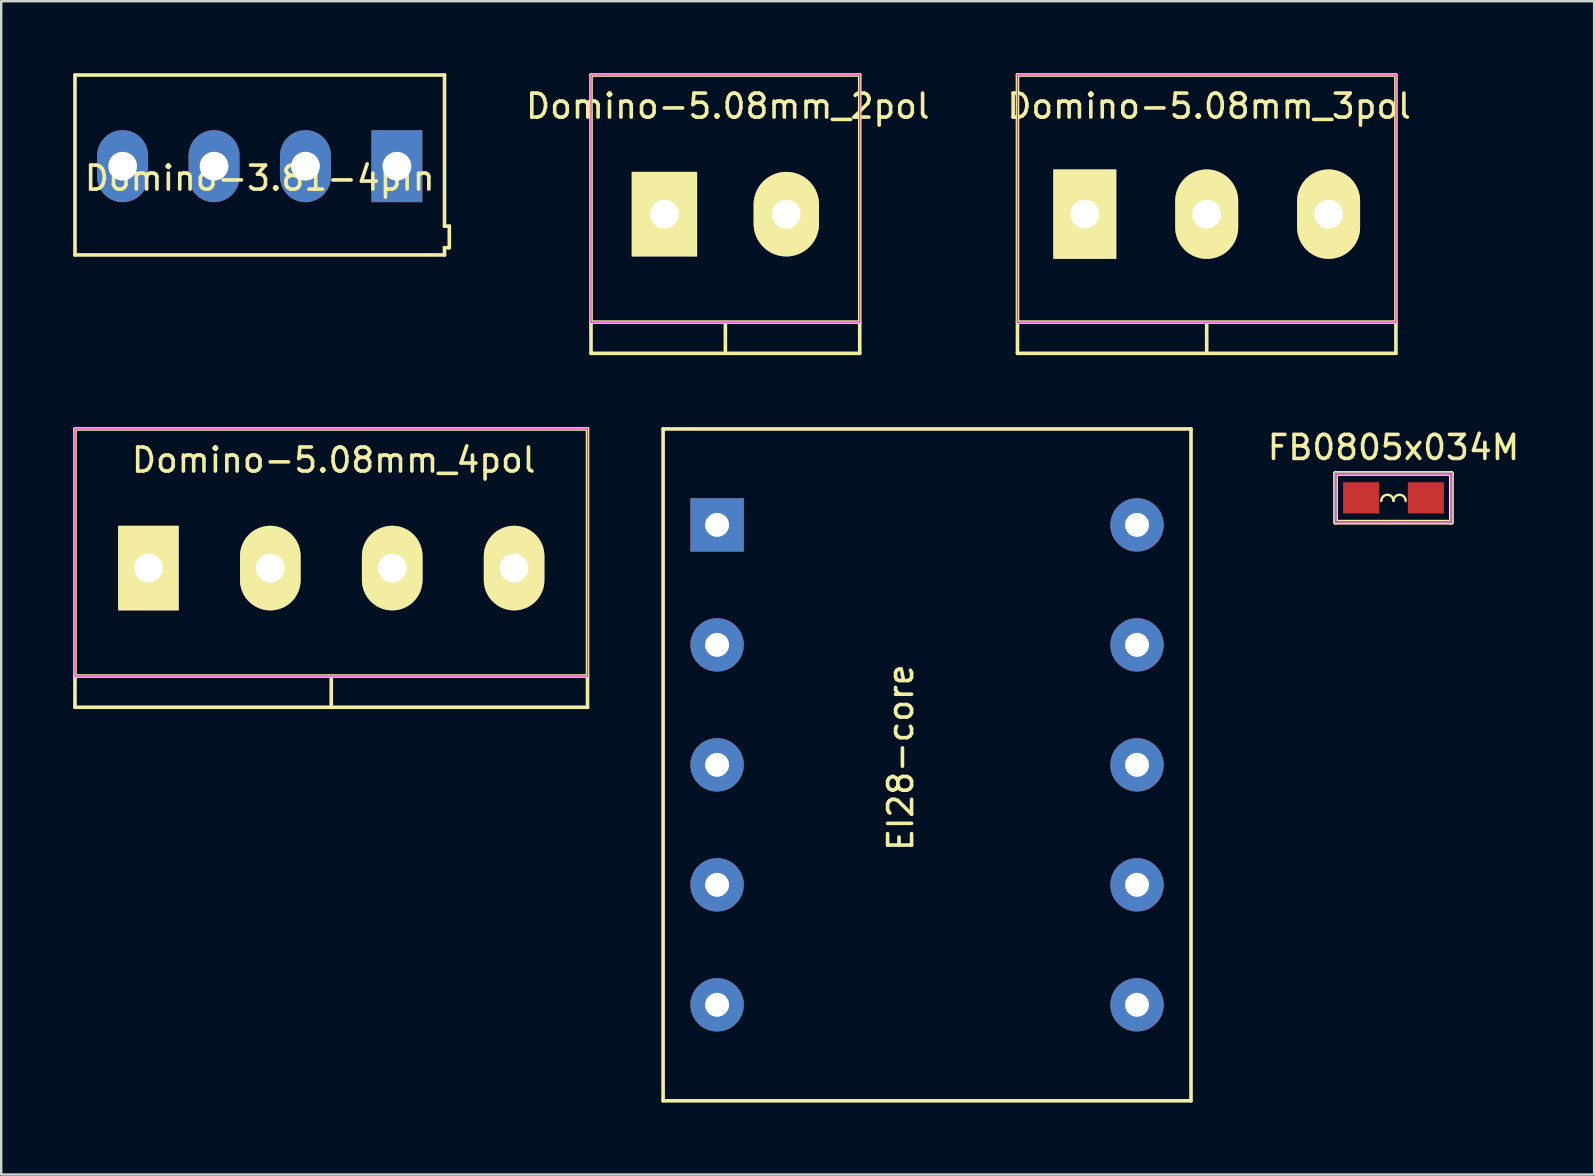
<source format=kicad_pcb>
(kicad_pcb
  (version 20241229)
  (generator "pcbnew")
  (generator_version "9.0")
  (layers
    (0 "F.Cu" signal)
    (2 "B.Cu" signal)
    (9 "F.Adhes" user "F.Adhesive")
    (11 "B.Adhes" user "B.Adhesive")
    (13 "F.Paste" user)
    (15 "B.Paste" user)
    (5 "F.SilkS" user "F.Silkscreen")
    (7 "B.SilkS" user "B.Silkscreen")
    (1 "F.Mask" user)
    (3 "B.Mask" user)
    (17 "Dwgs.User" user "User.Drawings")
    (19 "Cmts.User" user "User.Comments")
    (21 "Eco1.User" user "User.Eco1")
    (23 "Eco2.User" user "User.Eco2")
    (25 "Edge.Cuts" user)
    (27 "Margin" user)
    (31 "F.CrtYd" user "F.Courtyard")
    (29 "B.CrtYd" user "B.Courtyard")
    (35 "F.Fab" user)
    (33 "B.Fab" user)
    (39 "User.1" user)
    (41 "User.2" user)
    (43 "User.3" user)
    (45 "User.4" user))
  (footprint "Domino-5.08mm_2pol"
    (layer "F.Cu")
    (at 27.18 5.875)
    (property "Reference" "Domino-5.08mm_2pol" (at 0.1 -4.5 0) (layer "F.SilkS") (effects (font (size 1 1) (thickness 0.15))))
    (attr through_hole)
    (fp_line (start -5.6 -5.8) (end -5.6 5.8) (stroke (width 0.15) (type solid)) (layer "F.SilkS"))
    (fp_line (start -5.6 4.5) (end 5.6 4.5) (stroke (width 0.15) (type solid)) (layer "F.SilkS"))
    (fp_line (start -5.6 5.8) (end 5.6 5.8) (stroke (width 0.15) (type solid)) (layer "F.SilkS"))
    (fp_line (start 0 4.6) (end 0 5.7) (stroke (width 0.15) (type solid)) (layer "F.SilkS"))
    (fp_line (start 5.6 -5.8) (end -5.6 -5.8) (stroke (width 0.15) (type solid)) (layer "F.SilkS"))
    (fp_line (start 5.6 5.8) (end 5.6 -5.8) (stroke (width 0.15) (type solid)) (layer "F.SilkS"))
    (fp_line (start -5.6 -5.8) (end 5.6 -5.8) (stroke (width 0.05) (type solid)) (layer "F.CrtYd"))
    (fp_line (start -5.6 4.5) (end -5.6 -5.8) (stroke (width 0.05) (type solid)) (layer "F.CrtYd"))
    (fp_line (start 5.6 -5.8) (end 5.6 4.5) (stroke (width 0.05) (type solid)) (layer "F.CrtYd"))
    (fp_line (start 5.6 4.5) (end -5.6 4.5) (stroke (width 0.05) (type solid)) (layer "F.CrtYd"))
    (pad "1" thru_hole rect (at -2.54 0) (size 2.724 3.524) (drill 1.2) (layers "*.Cu" "*.Mask" "F.SilkS"))
    (pad "2" thru_hole oval (at 2.54 0) (size 2.724 3.524) (drill 1.2) (layers "*.Cu" "*.Mask" "F.SilkS")))
  (footprint "EI28-core"
    (layer "F.Cu")
    (at 26.835 28.825)
    (property "Reference" "EI28-core" (at 7.65 -0.3 90) (layer "F.SilkS") (effects (font (size 1 1) (thickness 0.15))))
    (attr through_hole)
    (fp_line (start -2.25 -14) (end 19.75 -14) (stroke (width 0.15) (type solid)) (layer "F.SilkS"))
    (fp_line (start -2.25 14) (end -2.25 -14) (stroke (width 0.15) (type solid)) (layer "F.SilkS"))
    (fp_line (start 19.75 -14) (end 19.75 14) (stroke (width 0.15) (type solid)) (layer "F.SilkS"))
    (fp_line (start 19.75 14) (end -2.25 14) (stroke (width 0.15) (type solid)) (layer "F.SilkS"))
    (pad "1" thru_hole rect (at 0 -10) (size 2.224 2.224) (drill 1) (layers "*.Cu" "*.Mask"))
    (pad "2" thru_hole circle (at 0 -5) (size 2.224 2.224) (drill 1) (layers "*.Cu" "*.Mask"))
    (pad "3" thru_hole circle (at 0 0) (size 2.224 2.224) (drill 1) (layers "*.Cu" "*.Mask"))
    (pad "4" thru_hole circle (at 0 5) (size 2.224 2.224) (drill 1) (layers "*.Cu" "*.Mask"))
    (pad "5" thru_hole circle (at 0 10) (size 2.224 2.224) (drill 1) (layers "*.Cu" "*.Mask"))
    (pad "6" thru_hole circle (at 17.5 10) (size 2.224 2.224) (drill 1) (layers "*.Cu" "*.Mask"))
    (pad "7" thru_hole circle (at 17.5 5) (size 2.224 2.224) (drill 1) (layers "*.Cu" "*.Mask"))
    (pad "8" thru_hole circle (at 17.5 0) (size 2.224 2.224) (drill 1) (layers "*.Cu" "*.Mask"))
    (pad "9" thru_hole circle (at 17.5 -5) (size 2.224 2.224) (drill 1) (layers "*.Cu" "*.Mask"))
    (pad "10" thru_hole circle (at 17.5 -10) (size 2.224 2.224) (drill 1) (layers "*.Cu" "*.Mask")))
  (footprint "FB0805x034M"
    (layer "F.Cu")
    (at 55.023 17.698)
    (property "Reference" "FB0805x034M" (at 0 -2.1 0) (layer "F.SilkS") (effects (font (size 1 1) (thickness 0.15))))
    (attr smd)
    (fp_line (start -2.413 -1.016) (end 2.413 -1.016) (stroke (width 0.2) (type solid)) (layer "F.SilkS"))
    (fp_line (start -2.413 1.016) (end -2.413 -1.016) (stroke (width 0.2) (type solid)) (layer "F.SilkS"))
    (fp_line (start 2.413 -1.016) (end 2.413 1.016) (stroke (width 0.2) (type solid)) (layer "F.SilkS"))
    (fp_line (start 2.413 1.016) (end -2.413 1.016) (stroke (width 0.2) (type solid)) (layer "F.SilkS"))
    (fp_arc (start -0.508 0.127) (mid -0.254 -0.127) (end 0 0.127) (stroke (width 0.1) (type solid)) (layer "F.SilkS"))
    (fp_arc (start 0 0.127) (mid 0.254 -0.127) (end 0.508 0.127) (stroke (width 0.1) (type solid)) (layer "F.SilkS"))
    (fp_line (start -2.4 -1) (end -2.4 1) (stroke (width 0.05) (type solid)) (layer "F.CrtYd"))
    (fp_line (start -2.4 -1) (end 2.4 -1) (stroke (width 0.05) (type solid)) (layer "F.CrtYd"))
    (fp_line (start -2.4 1) (end 2.4 1) (stroke (width 0.05) (type solid)) (layer "F.CrtYd"))
    (fp_line (start 2.4 -1) (end 2.4 1) (stroke (width 0.05) (type solid)) (layer "F.CrtYd"))
    (fp_line (start -2.413 -1.016) (end 2.413 -1.016) (stroke (width 0.1) (type solid)) (layer "F.Fab"))
    (fp_line (start -2.413 1.016) (end -2.413 -1.016) (stroke (width 0.1) (type solid)) (layer "F.Fab"))
    (fp_line (start 2.413 -1.016) (end 2.413 1.016) (stroke (width 0.1) (type solid)) (layer "F.Fab"))
    (fp_line (start 2.413 1.016) (end -2.413 1.016) (stroke (width 0.1) (type solid)) (layer "F.Fab"))
    (pad "1" smd rect (at -1.35 0) (size 1.5 1.3) (layers "F.Cu" "F.Mask" "F.Paste"))
    (pad "2" smd rect (at 1.35 0) (size 1.5 1.3) (layers "F.Cu" "F.Mask" "F.Paste")))
  (footprint "Domino-3.81-4pin"
    (layer "F.Cu")
    (at 7.775 3.875)
    (property "Reference" "Domino-3.81-4pin" (at 0 0.5 0) (layer "F.SilkS") (effects (font (size 1 1) (thickness 0.15))))
    (attr through_hole)
    (fp_line (start -7.7 -3.8) (end -7.7 3.7) (stroke (width 0.15) (type solid)) (layer "F.SilkS"))
    (fp_line (start -7.7 3.7) (end 7.7 3.7) (stroke (width 0.15) (type solid)) (layer "F.SilkS"))
    (fp_line (start 7.7 -3.8) (end -7.7 -3.8) (stroke (width 0.15) (type solid)) (layer "F.SilkS"))
    (fp_line (start 7.7 2.5) (end 7.7 -3.8) (stroke (width 0.15) (type solid)) (layer "F.SilkS"))
    (fp_line (start 7.7 2.5) (end 7.9 2.5) (stroke (width 0.15) (type solid)) (layer "F.SilkS"))
    (fp_line (start 7.7 3.4) (end 7.9 3.4) (stroke (width 0.15) (type solid)) (layer "F.SilkS"))
    (fp_line (start 7.7 3.7) (end 7.7 3.4) (stroke (width 0.15) (type solid)) (layer "F.SilkS"))
    (fp_line (start 7.9 2.5) (end 7.9 3.4) (stroke (width 0.15) (type solid)) (layer "F.SilkS"))
    (pad "1" thru_hole rect (at 5.715 0) (size 2.124 3) (drill 1.2) (layers "*.Cu" "*.Mask"))
    (pad "2" thru_hole oval (at 1.905 0) (size 2.124 3) (drill 1.2) (layers "*.Cu" "*.Mask"))
    (pad "3" thru_hole oval (at -1.905 0) (size 2.124 3) (drill 1.2) (layers "*.Cu" "*.Mask"))
    (pad "4" thru_hole oval (at -5.715 0) (size 2.124 3) (drill 1.2) (layers "*.Cu" "*.Mask")))
  (footprint "Domino-5.08mm_4pol"
    (layer "F.Cu")
    (at 10.755 20.625)
    (property "Reference" "Domino-5.08mm_4pol" (at 0.1 -4.5 0) (layer "F.SilkS") (effects (font (size 1 1) (thickness 0.15))))
    (attr through_hole)
    (fp_line (start -10.68 -5.8) (end -10.68 5.8) (stroke (width 0.15) (type solid)) (layer "F.SilkS"))
    (fp_line (start -10.68 4.5) (end 10.68 4.5) (stroke (width 0.15) (type solid)) (layer "F.SilkS"))
    (fp_line (start -10.68 5.8) (end 10.68 5.8) (stroke (width 0.15) (type solid)) (layer "F.SilkS"))
    (fp_line (start 0 4.6) (end 0 5.7) (stroke (width 0.15) (type solid)) (layer "F.SilkS"))
    (fp_line (start 10.68 -5.8) (end -10.68 -5.8) (stroke (width 0.15) (type solid)) (layer "F.SilkS"))
    (fp_line (start 10.68 5.8) (end 10.68 -5.8) (stroke (width 0.15) (type solid)) (layer "F.SilkS"))
    (fp_line (start -10.68 -5.8) (end 10.68 -5.8) (stroke (width 0.05) (type solid)) (layer "F.CrtYd"))
    (fp_line (start -10.68 4.5) (end -10.68 -5.8) (stroke (width 0.05) (type solid)) (layer "F.CrtYd"))
    (fp_line (start 10.68 -5.8) (end 10.68 4.5) (stroke (width 0.05) (type solid)) (layer "F.CrtYd"))
    (fp_line (start 10.68 4.5) (end -10.68 4.5) (stroke (width 0.05) (type solid)) (layer "F.CrtYd"))
    (pad "1" thru_hole rect (at -7.62 0) (size 2.524 3.524) (drill 1.2) (layers "*.Cu" "*.Mask" "F.SilkS"))
    (pad "2" thru_hole oval (at -2.54 0) (size 2.524 3.524) (drill 1.2) (layers "*.Cu" "*.Mask" "F.SilkS"))
    (pad "3" thru_hole oval (at 2.54 0) (size 2.524 3.524) (drill 1.2) (layers "*.Cu" "*.Mask" "F.SilkS"))
    (pad "4" thru_hole oval (at 7.62 0) (size 2.524 3.524) (drill 1.2) (layers "*.Cu" "*.Mask" "F.SilkS")))
  (footprint "Domino-5.08mm_3pol"
    (layer "F.Cu")
    (at 47.239 5.875)
    (property "Reference" "Domino-5.08mm_3pol" (at 0.1 -4.5 0) (layer "F.SilkS") (effects (font (size 1 1) (thickness 0.15))))
    (attr through_hole)
    (fp_line (start -7.886 -5.8) (end -7.886 5.8) (stroke (width 0.15) (type solid)) (layer "F.SilkS"))
    (fp_line (start -7.886 4.5) (end 7.886 4.5) (stroke (width 0.15) (type solid)) (layer "F.SilkS"))
    (fp_line (start -7.886 5.8) (end 7.886 5.8) (stroke (width 0.15) (type solid)) (layer "F.SilkS"))
    (fp_line (start 0 4.6) (end 0 5.7) (stroke (width 0.15) (type solid)) (layer "F.SilkS"))
    (fp_line (start 7.886 -5.8) (end -7.886 -5.8) (stroke (width 0.15) (type solid)) (layer "F.SilkS"))
    (fp_line (start 7.886 5.8) (end 7.886 -5.8) (stroke (width 0.15) (type solid)) (layer "F.SilkS"))
    (fp_line (start -7.886 -5.8) (end 7.886 -5.8) (stroke (width 0.05) (type solid)) (layer "F.CrtYd"))
    (fp_line (start -7.886 4.5) (end -7.886 -5.8) (stroke (width 0.05) (type solid)) (layer "F.CrtYd"))
    (fp_line (start 7.886 -5.8) (end 7.886 4.5) (stroke (width 0.05) (type solid)) (layer "F.CrtYd"))
    (fp_line (start 7.886 4.5) (end -7.886 4.5) (stroke (width 0.05) (type solid)) (layer "F.CrtYd"))
    (pad "1" thru_hole rect (at -5.08 0) (size 2.624 3.724) (drill 1.2) (layers "*.Cu" "*.Mask" "F.SilkS"))
    (pad "2" thru_hole oval (at 0 0) (size 2.624 3.724) (drill 1.2) (layers "*.Cu" "*.Mask" "F.SilkS"))
    (pad "3" thru_hole oval (at 5.08 0) (size 2.624 3.724) (drill 1.2) (layers "*.Cu" "*.Mask" "F.SilkS")))
  (gr_rect
    (start -3 -3)
    (end 63.386 45.9)
    (stroke (width 0.1) (type default))
    (fill no)
    (layer "Edge.Cuts")))
</source>
